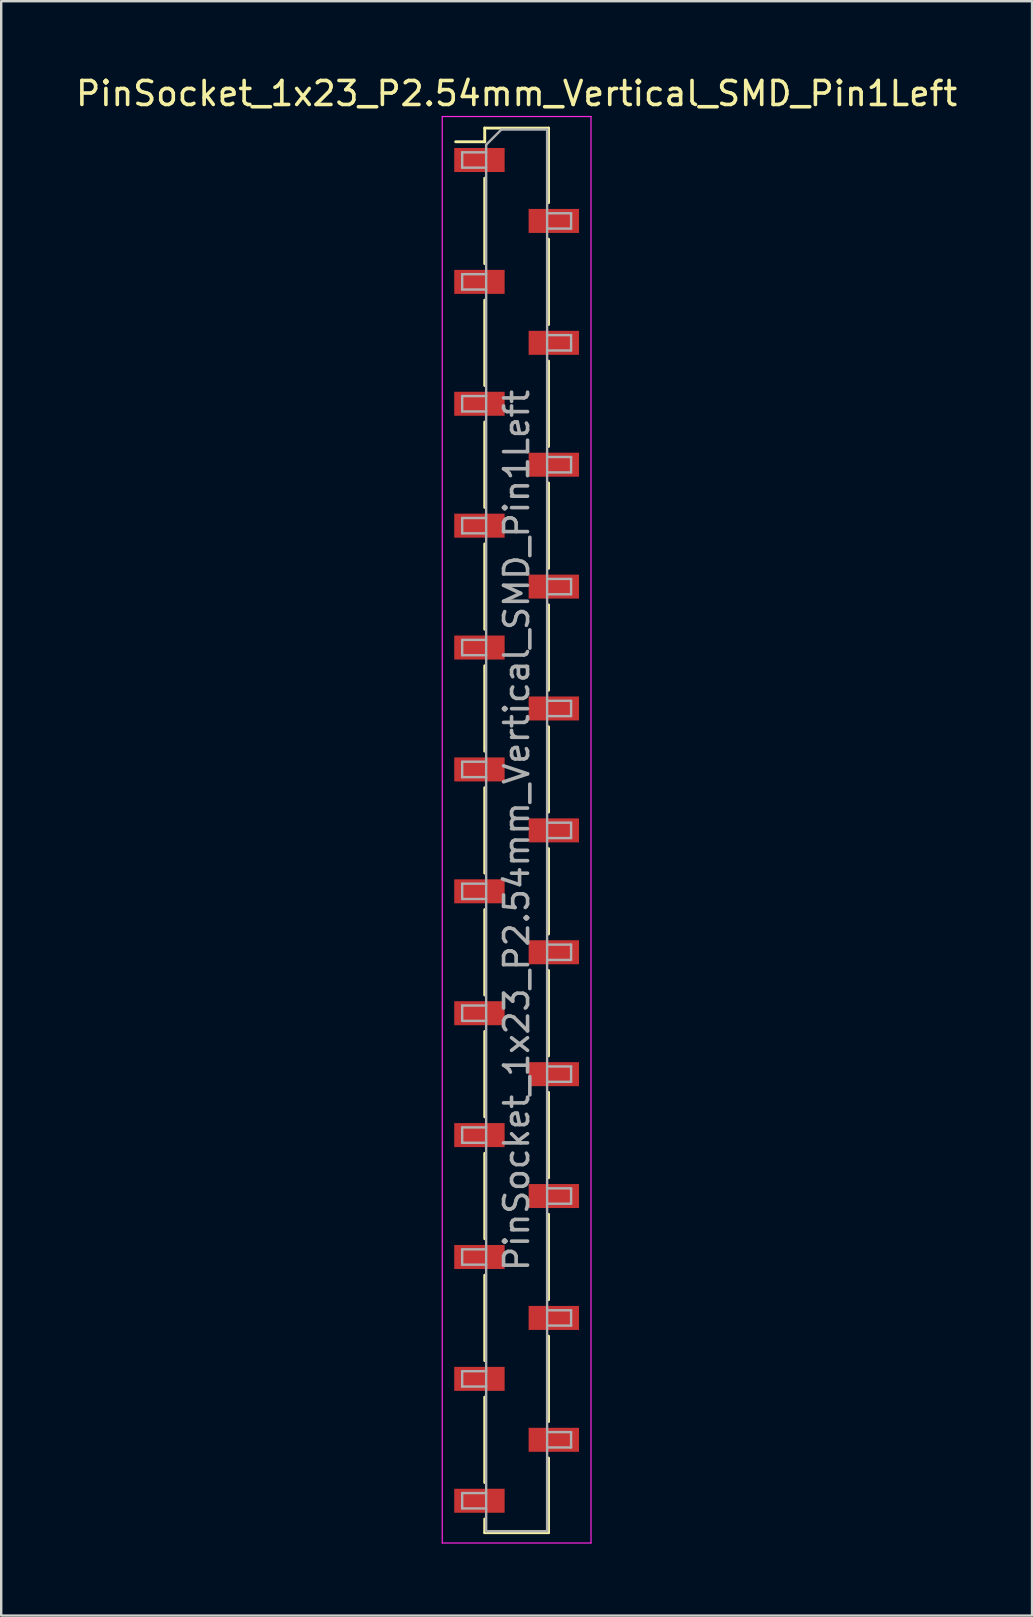
<source format=kicad_pcb>
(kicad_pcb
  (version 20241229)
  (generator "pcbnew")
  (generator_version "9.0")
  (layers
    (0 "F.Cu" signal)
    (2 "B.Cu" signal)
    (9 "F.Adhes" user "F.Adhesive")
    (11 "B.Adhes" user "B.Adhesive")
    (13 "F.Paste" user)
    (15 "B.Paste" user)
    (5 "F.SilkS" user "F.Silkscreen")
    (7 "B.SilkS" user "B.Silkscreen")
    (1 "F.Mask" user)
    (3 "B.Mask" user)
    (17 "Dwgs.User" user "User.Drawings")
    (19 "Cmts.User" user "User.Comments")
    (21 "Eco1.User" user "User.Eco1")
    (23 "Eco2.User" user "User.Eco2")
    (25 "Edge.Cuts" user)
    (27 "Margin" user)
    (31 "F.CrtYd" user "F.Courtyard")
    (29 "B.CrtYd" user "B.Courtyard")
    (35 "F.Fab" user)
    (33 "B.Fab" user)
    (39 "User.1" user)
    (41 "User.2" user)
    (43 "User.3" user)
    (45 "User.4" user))
  (footprint "PinSocket_1x23_P2.54mm_Vertical_SMD_Pin1Left"
    (layer "F.Cu")
    (at 18.482 31.558)
    (property "Reference" "PinSocket_1x23_P2.54mm_Vertical_SMD_Pin1Left" (at 0 -30.71 0) (layer "F.SilkS") (effects (font (size 1 1) (thickness 0.15))))
    (attr smd)
    (fp_line (start -2.54 -28.7) (end -1.33 -28.7) (stroke (width 0.12) (type solid)) (layer "F.SilkS"))
    (fp_line (start -1.33 -29.27) (end -1.33 -28.7) (stroke (width 0.12) (type solid)) (layer "F.SilkS"))
    (fp_line (start -1.33 -29.27) (end 1.33 -29.27) (stroke (width 0.12) (type solid)) (layer "F.SilkS"))
    (fp_line (start -1.33 -27.18) (end -1.33 -23.62) (stroke (width 0.12) (type solid)) (layer "F.SilkS"))
    (fp_line (start -1.33 -22.1) (end -1.33 -18.54) (stroke (width 0.12) (type solid)) (layer "F.SilkS"))
    (fp_line (start -1.33 -17.02) (end -1.33 -13.46) (stroke (width 0.12) (type solid)) (layer "F.SilkS"))
    (fp_line (start -1.33 -11.94) (end -1.33 -8.38) (stroke (width 0.12) (type solid)) (layer "F.SilkS"))
    (fp_line (start -1.33 -6.86) (end -1.33 -3.3) (stroke (width 0.12) (type solid)) (layer "F.SilkS"))
    (fp_line (start -1.33 -1.78) (end -1.33 1.78) (stroke (width 0.12) (type solid)) (layer "F.SilkS"))
    (fp_line (start -1.33 3.3) (end -1.33 6.86) (stroke (width 0.12) (type solid)) (layer "F.SilkS"))
    (fp_line (start -1.33 8.38) (end -1.33 11.94) (stroke (width 0.12) (type solid)) (layer "F.SilkS"))
    (fp_line (start -1.33 13.46) (end -1.33 17.02) (stroke (width 0.12) (type solid)) (layer "F.SilkS"))
    (fp_line (start -1.33 18.54) (end -1.33 22.1) (stroke (width 0.12) (type solid)) (layer "F.SilkS"))
    (fp_line (start -1.33 23.62) (end -1.33 27.18) (stroke (width 0.12) (type solid)) (layer "F.SilkS"))
    (fp_line (start -1.33 28.7) (end -1.33 29.27) (stroke (width 0.12) (type solid)) (layer "F.SilkS"))
    (fp_line (start -1.33 29.27) (end 1.33 29.27) (stroke (width 0.12) (type solid)) (layer "F.SilkS"))
    (fp_line (start 1.33 -29.27) (end 1.33 -26.16) (stroke (width 0.12) (type solid)) (layer "F.SilkS"))
    (fp_line (start 1.33 -24.64) (end 1.33 -21.08) (stroke (width 0.12) (type solid)) (layer "F.SilkS"))
    (fp_line (start 1.33 -19.56) (end 1.33 -16) (stroke (width 0.12) (type solid)) (layer "F.SilkS"))
    (fp_line (start 1.33 -14.48) (end 1.33 -10.92) (stroke (width 0.12) (type solid)) (layer "F.SilkS"))
    (fp_line (start 1.33 -9.4) (end 1.33 -5.84) (stroke (width 0.12) (type solid)) (layer "F.SilkS"))
    (fp_line (start 1.33 -4.32) (end 1.33 -0.76) (stroke (width 0.12) (type solid)) (layer "F.SilkS"))
    (fp_line (start 1.33 0.76) (end 1.33 4.32) (stroke (width 0.12) (type solid)) (layer "F.SilkS"))
    (fp_line (start 1.33 5.84) (end 1.33 9.4) (stroke (width 0.12) (type solid)) (layer "F.SilkS"))
    (fp_line (start 1.33 10.92) (end 1.33 14.48) (stroke (width 0.12) (type solid)) (layer "F.SilkS"))
    (fp_line (start 1.33 16) (end 1.33 19.56) (stroke (width 0.12) (type solid)) (layer "F.SilkS"))
    (fp_line (start 1.33 21.08) (end 1.33 24.64) (stroke (width 0.12) (type solid)) (layer "F.SilkS"))
    (fp_line (start 1.33 26.16) (end 1.33 29.27) (stroke (width 0.12) (type solid)) (layer "F.SilkS"))
    (fp_line (start -3.1 -29.75) (end 3.1 -29.75) (stroke (width 0.05) (type solid)) (layer "F.CrtYd"))
    (fp_line (start -3.1 29.7) (end -3.1 -29.75) (stroke (width 0.05) (type solid)) (layer "F.CrtYd"))
    (fp_line (start 3.1 -29.75) (end 3.1 29.7) (stroke (width 0.05) (type solid)) (layer "F.CrtYd"))
    (fp_line (start 3.1 29.7) (end -3.1 29.7) (stroke (width 0.05) (type solid)) (layer "F.CrtYd"))
    (fp_line (start -2.27 -28.26) (end -1.27 -28.26) (stroke (width 0.1) (type solid)) (layer "F.Fab"))
    (fp_line (start -2.27 -27.62) (end -2.27 -28.26) (stroke (width 0.1) (type solid)) (layer "F.Fab"))
    (fp_line (start -2.27 -23.18) (end -1.27 -23.18) (stroke (width 0.1) (type solid)) (layer "F.Fab"))
    (fp_line (start -2.27 -22.54) (end -2.27 -23.18) (stroke (width 0.1) (type solid)) (layer "F.Fab"))
    (fp_line (start -2.27 -18.1) (end -1.27 -18.1) (stroke (width 0.1) (type solid)) (layer "F.Fab"))
    (fp_line (start -2.27 -17.46) (end -2.27 -18.1) (stroke (width 0.1) (type solid)) (layer "F.Fab"))
    (fp_line (start -2.27 -13.02) (end -1.27 -13.02) (stroke (width 0.1) (type solid)) (layer "F.Fab"))
    (fp_line (start -2.27 -12.38) (end -2.27 -13.02) (stroke (width 0.1) (type solid)) (layer "F.Fab"))
    (fp_line (start -2.27 -7.94) (end -1.27 -7.94) (stroke (width 0.1) (type solid)) (layer "F.Fab"))
    (fp_line (start -2.27 -7.3) (end -2.27 -7.94) (stroke (width 0.1) (type solid)) (layer "F.Fab"))
    (fp_line (start -2.27 -2.86) (end -1.27 -2.86) (stroke (width 0.1) (type solid)) (layer "F.Fab"))
    (fp_line (start -2.27 -2.22) (end -2.27 -2.86) (stroke (width 0.1) (type solid)) (layer "F.Fab"))
    (fp_line (start -2.27 2.22) (end -1.27 2.22) (stroke (width 0.1) (type solid)) (layer "F.Fab"))
    (fp_line (start -2.27 2.86) (end -2.27 2.22) (stroke (width 0.1) (type solid)) (layer "F.Fab"))
    (fp_line (start -2.27 7.3) (end -1.27 7.3) (stroke (width 0.1) (type solid)) (layer "F.Fab"))
    (fp_line (start -2.27 7.94) (end -2.27 7.3) (stroke (width 0.1) (type solid)) (layer "F.Fab"))
    (fp_line (start -2.27 12.38) (end -1.27 12.38) (stroke (width 0.1) (type solid)) (layer "F.Fab"))
    (fp_line (start -2.27 13.02) (end -2.27 12.38) (stroke (width 0.1) (type solid)) (layer "F.Fab"))
    (fp_line (start -2.27 17.46) (end -1.27 17.46) (stroke (width 0.1) (type solid)) (layer "F.Fab"))
    (fp_line (start -2.27 18.1) (end -2.27 17.46) (stroke (width 0.1) (type solid)) (layer "F.Fab"))
    (fp_line (start -2.27 22.54) (end -1.27 22.54) (stroke (width 0.1) (type solid)) (layer "F.Fab"))
    (fp_line (start -2.27 23.18) (end -2.27 22.54) (stroke (width 0.1) (type solid)) (layer "F.Fab"))
    (fp_line (start -2.27 27.62) (end -1.27 27.62) (stroke (width 0.1) (type solid)) (layer "F.Fab"))
    (fp_line (start -2.27 28.26) (end -2.27 27.62) (stroke (width 0.1) (type solid)) (layer "F.Fab"))
    (fp_line (start -1.27 -28.575) (end -0.635 -29.21) (stroke (width 0.1) (type solid)) (layer "F.Fab"))
    (fp_line (start -1.27 -27.62) (end -2.27 -27.62) (stroke (width 0.1) (type solid)) (layer "F.Fab"))
    (fp_line (start -1.27 -22.54) (end -2.27 -22.54) (stroke (width 0.1) (type solid)) (layer "F.Fab"))
    (fp_line (start -1.27 -17.46) (end -2.27 -17.46) (stroke (width 0.1) (type solid)) (layer "F.Fab"))
    (fp_line (start -1.27 -12.38) (end -2.27 -12.38) (stroke (width 0.1) (type solid)) (layer "F.Fab"))
    (fp_line (start -1.27 -7.3) (end -2.27 -7.3) (stroke (width 0.1) (type solid)) (layer "F.Fab"))
    (fp_line (start -1.27 -2.22) (end -2.27 -2.22) (stroke (width 0.1) (type solid)) (layer "F.Fab"))
    (fp_line (start -1.27 2.86) (end -2.27 2.86) (stroke (width 0.1) (type solid)) (layer "F.Fab"))
    (fp_line (start -1.27 7.94) (end -2.27 7.94) (stroke (width 0.1) (type solid)) (layer "F.Fab"))
    (fp_line (start -1.27 13.02) (end -2.27 13.02) (stroke (width 0.1) (type solid)) (layer "F.Fab"))
    (fp_line (start -1.27 18.1) (end -2.27 18.1) (stroke (width 0.1) (type solid)) (layer "F.Fab"))
    (fp_line (start -1.27 23.18) (end -2.27 23.18) (stroke (width 0.1) (type solid)) (layer "F.Fab"))
    (fp_line (start -1.27 28.26) (end -2.27 28.26) (stroke (width 0.1) (type solid)) (layer "F.Fab"))
    (fp_line (start -1.27 29.21) (end -1.27 -28.575) (stroke (width 0.1) (type solid)) (layer "F.Fab"))
    (fp_line (start -0.635 -29.21) (end 1.27 -29.21) (stroke (width 0.1) (type solid)) (layer "F.Fab"))
    (fp_line (start 1.27 -29.21) (end 1.27 29.21) (stroke (width 0.1) (type solid)) (layer "F.Fab"))
    (fp_line (start 1.27 -25.72) (end 2.27 -25.72) (stroke (width 0.1) (type solid)) (layer "F.Fab"))
    (fp_line (start 1.27 -20.64) (end 2.27 -20.64) (stroke (width 0.1) (type solid)) (layer "F.Fab"))
    (fp_line (start 1.27 -15.56) (end 2.27 -15.56) (stroke (width 0.1) (type solid)) (layer "F.Fab"))
    (fp_line (start 1.27 -10.48) (end 2.27 -10.48) (stroke (width 0.1) (type solid)) (layer "F.Fab"))
    (fp_line (start 1.27 -5.4) (end 2.27 -5.4) (stroke (width 0.1) (type solid)) (layer "F.Fab"))
    (fp_line (start 1.27 -0.32) (end 2.27 -0.32) (stroke (width 0.1) (type solid)) (layer "F.Fab"))
    (fp_line (start 1.27 4.76) (end 2.27 4.76) (stroke (width 0.1) (type solid)) (layer "F.Fab"))
    (fp_line (start 1.27 9.84) (end 2.27 9.84) (stroke (width 0.1) (type solid)) (layer "F.Fab"))
    (fp_line (start 1.27 14.92) (end 2.27 14.92) (stroke (width 0.1) (type solid)) (layer "F.Fab"))
    (fp_line (start 1.27 20) (end 2.27 20) (stroke (width 0.1) (type solid)) (layer "F.Fab"))
    (fp_line (start 1.27 25.08) (end 2.27 25.08) (stroke (width 0.1) (type solid)) (layer "F.Fab"))
    (fp_line (start 1.27 29.21) (end -1.27 29.21) (stroke (width 0.1) (type solid)) (layer "F.Fab"))
    (fp_line (start 2.27 -25.72) (end 2.27 -25.08) (stroke (width 0.1) (type solid)) (layer "F.Fab"))
    (fp_line (start 2.27 -25.08) (end 1.27 -25.08) (stroke (width 0.1) (type solid)) (layer "F.Fab"))
    (fp_line (start 2.27 -20.64) (end 2.27 -20) (stroke (width 0.1) (type solid)) (layer "F.Fab"))
    (fp_line (start 2.27 -20) (end 1.27 -20) (stroke (width 0.1) (type solid)) (layer "F.Fab"))
    (fp_line (start 2.27 -15.56) (end 2.27 -14.92) (stroke (width 0.1) (type solid)) (layer "F.Fab"))
    (fp_line (start 2.27 -14.92) (end 1.27 -14.92) (stroke (width 0.1) (type solid)) (layer "F.Fab"))
    (fp_line (start 2.27 -10.48) (end 2.27 -9.84) (stroke (width 0.1) (type solid)) (layer "F.Fab"))
    (fp_line (start 2.27 -9.84) (end 1.27 -9.84) (stroke (width 0.1) (type solid)) (layer "F.Fab"))
    (fp_line (start 2.27 -5.4) (end 2.27 -4.76) (stroke (width 0.1) (type solid)) (layer "F.Fab"))
    (fp_line (start 2.27 -4.76) (end 1.27 -4.76) (stroke (width 0.1) (type solid)) (layer "F.Fab"))
    (fp_line (start 2.27 -0.32) (end 2.27 0.32) (stroke (width 0.1) (type solid)) (layer "F.Fab"))
    (fp_line (start 2.27 0.32) (end 1.27 0.32) (stroke (width 0.1) (type solid)) (layer "F.Fab"))
    (fp_line (start 2.27 4.76) (end 2.27 5.4) (stroke (width 0.1) (type solid)) (layer "F.Fab"))
    (fp_line (start 2.27 5.4) (end 1.27 5.4) (stroke (width 0.1) (type solid)) (layer "F.Fab"))
    (fp_line (start 2.27 9.84) (end 2.27 10.48) (stroke (width 0.1) (type solid)) (layer "F.Fab"))
    (fp_line (start 2.27 10.48) (end 1.27 10.48) (stroke (width 0.1) (type solid)) (layer "F.Fab"))
    (fp_line (start 2.27 14.92) (end 2.27 15.56) (stroke (width 0.1) (type solid)) (layer "F.Fab"))
    (fp_line (start 2.27 15.56) (end 1.27 15.56) (stroke (width 0.1) (type solid)) (layer "F.Fab"))
    (fp_line (start 2.27 20) (end 2.27 20.64) (stroke (width 0.1) (type solid)) (layer "F.Fab"))
    (fp_line (start 2.27 20.64) (end 1.27 20.64) (stroke (width 0.1) (type solid)) (layer "F.Fab"))
    (fp_line (start 2.27 25.08) (end 2.27 25.72) (stroke (width 0.1) (type solid)) (layer "F.Fab"))
    (fp_line (start 2.27 25.72) (end 1.27 25.72) (stroke (width 0.1) (type solid)) (layer "F.Fab"))
    (fp_text user "${REFERENCE}" (at 0 0 90) (layer "F.Fab") (effects (font (size 1 1) (thickness 0.15))))
    (pad "1" smd rect (at -1.55 -27.94) (size 2.1 1) (layers "F.Cu" "F.Mask" "F.Paste"))
    (pad "2" smd rect (at 1.55 -25.4) (size 2.1 1) (layers "F.Cu" "F.Mask" "F.Paste"))
    (pad "3" smd rect (at -1.55 -22.86) (size 2.1 1) (layers "F.Cu" "F.Mask" "F.Paste"))
    (pad "4" smd rect (at 1.55 -20.32) (size 2.1 1) (layers "F.Cu" "F.Mask" "F.Paste"))
    (pad "5" smd rect (at -1.55 -17.78) (size 2.1 1) (layers "F.Cu" "F.Mask" "F.Paste"))
    (pad "6" smd rect (at 1.55 -15.24) (size 2.1 1) (layers "F.Cu" "F.Mask" "F.Paste"))
    (pad "7" smd rect (at -1.55 -12.7) (size 2.1 1) (layers "F.Cu" "F.Mask" "F.Paste"))
    (pad "8" smd rect (at 1.55 -10.16) (size 2.1 1) (layers "F.Cu" "F.Mask" "F.Paste"))
    (pad "9" smd rect (at -1.55 -7.62) (size 2.1 1) (layers "F.Cu" "F.Mask" "F.Paste"))
    (pad "10" smd rect (at 1.55 -5.08) (size 2.1 1) (layers "F.Cu" "F.Mask" "F.Paste"))
    (pad "11" smd rect (at -1.55 -2.54) (size 2.1 1) (layers "F.Cu" "F.Mask" "F.Paste"))
    (pad "12" smd rect (at 1.55 0) (size 2.1 1) (layers "F.Cu" "F.Mask" "F.Paste"))
    (pad "13" smd rect (at -1.55 2.54) (size 2.1 1) (layers "F.Cu" "F.Mask" "F.Paste"))
    (pad "14" smd rect (at 1.55 5.08) (size 2.1 1) (layers "F.Cu" "F.Mask" "F.Paste"))
    (pad "15" smd rect (at -1.55 7.62) (size 2.1 1) (layers "F.Cu" "F.Mask" "F.Paste"))
    (pad "16" smd rect (at 1.55 10.16) (size 2.1 1) (layers "F.Cu" "F.Mask" "F.Paste"))
    (pad "17" smd rect (at -1.55 12.7) (size 2.1 1) (layers "F.Cu" "F.Mask" "F.Paste"))
    (pad "18" smd rect (at 1.55 15.24) (size 2.1 1) (layers "F.Cu" "F.Mask" "F.Paste"))
    (pad "19" smd rect (at -1.55 17.78) (size 2.1 1) (layers "F.Cu" "F.Mask" "F.Paste"))
    (pad "20" smd rect (at 1.55 20.32) (size 2.1 1) (layers "F.Cu" "F.Mask" "F.Paste"))
    (pad "21" smd rect (at -1.55 22.86) (size 2.1 1) (layers "F.Cu" "F.Mask" "F.Paste"))
    (pad "22" smd rect (at 1.55 25.4) (size 2.1 1) (layers "F.Cu" "F.Mask" "F.Paste"))
    (pad "23" smd rect (at -1.55 27.94) (size 2.1 1) (layers "F.Cu" "F.Mask" "F.Paste")))
  (gr_rect
    (start -3 -3)
    (end 39.964 64.283)
    (stroke (width 0.1) (type default))
    (fill no)
    (layer "Edge.Cuts")))
</source>
